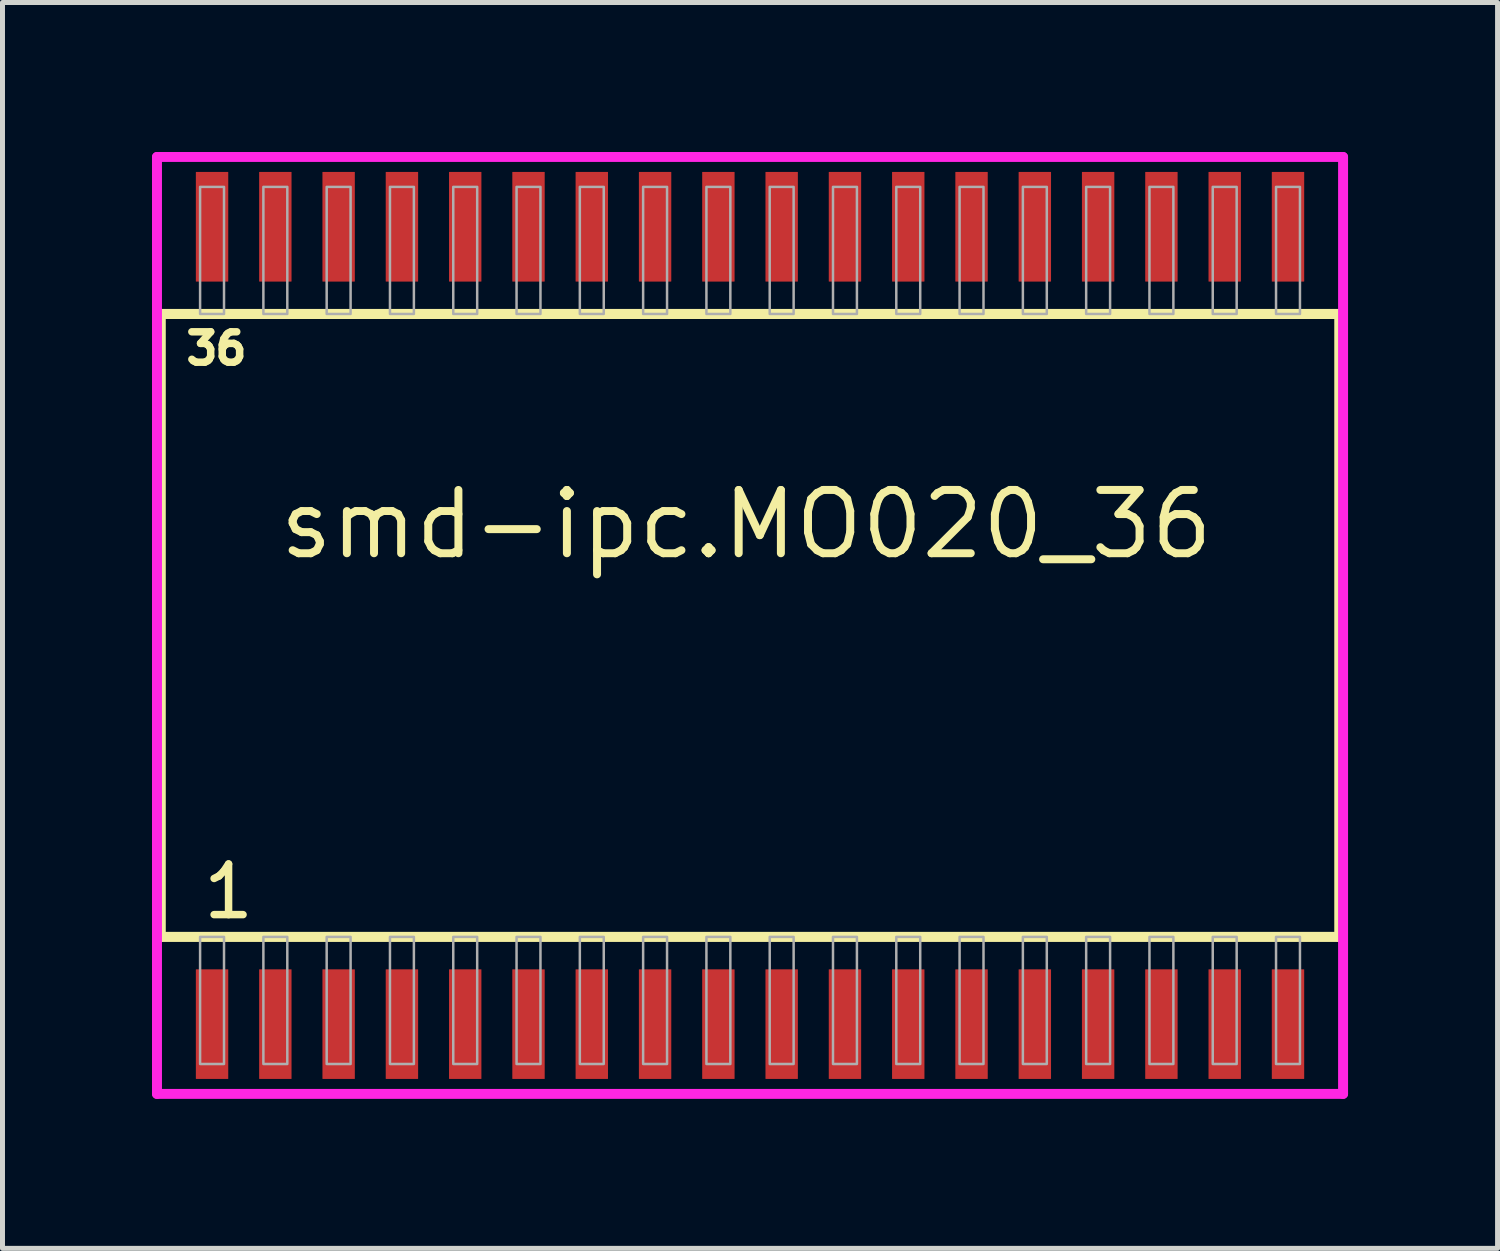
<source format=kicad_pcb>
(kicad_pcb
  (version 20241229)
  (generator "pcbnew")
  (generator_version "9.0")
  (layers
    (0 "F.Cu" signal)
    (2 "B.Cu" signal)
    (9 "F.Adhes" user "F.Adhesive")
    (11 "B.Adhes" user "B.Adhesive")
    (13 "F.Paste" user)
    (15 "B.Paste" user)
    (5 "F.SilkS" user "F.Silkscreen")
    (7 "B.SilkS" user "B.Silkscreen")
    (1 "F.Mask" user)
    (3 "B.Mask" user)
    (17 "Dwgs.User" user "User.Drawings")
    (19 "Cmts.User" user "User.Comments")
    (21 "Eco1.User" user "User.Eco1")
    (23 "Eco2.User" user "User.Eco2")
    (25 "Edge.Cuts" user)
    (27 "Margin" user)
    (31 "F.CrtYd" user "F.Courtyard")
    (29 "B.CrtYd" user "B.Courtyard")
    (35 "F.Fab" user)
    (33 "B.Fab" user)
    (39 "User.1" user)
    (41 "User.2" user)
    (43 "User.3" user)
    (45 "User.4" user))
  (footprint "smd-ipc.MO020_36"
    (layer "F.Cu")
    (at 12 9.5)
    (property "Reference" "smd-ipc.MO020_36" (at -9.525 -1.285 0) (layer "F.SilkS") (effects (font (size 1.27 1.27) (thickness 0.16)) (justify left bottom)))
    (attr smd)
    (fp_line (start -11.825 -6.25) (end 11.825 -6.25) (stroke (width 0.203) (type default)) (layer "F.SilkS"))
    (fp_line (start -11.825 6.25) (end -11.825 -6.25) (stroke (width 0.203) (type default)) (layer "F.SilkS"))
    (fp_line (start 11.825 -6.25) (end 11.825 6.25) (stroke (width 0.203) (type default)) (layer "F.SilkS"))
    (fp_line (start 11.825 6.25) (end -11.825 6.25) (stroke (width 0.203) (type default)) (layer "F.SilkS"))
    (fp_line (start -11.9 -9.4) (end 11.9 -9.4) (stroke (width 0.2) (type default)) (layer "F.CrtYd"))
    (fp_line (start -11.9 9.4) (end -11.9 -9.4) (stroke (width 0.2) (type default)) (layer "F.CrtYd"))
    (fp_line (start 11.9 -9.4) (end 11.9 9.4) (stroke (width 0.2) (type default)) (layer "F.CrtYd"))
    (fp_line (start 11.9 9.4) (end -11.9 9.4) (stroke (width 0.2) (type default)) (layer "F.CrtYd"))
    (fp_rect (start -11.035 -6.25) (end -10.555 -8.8) (stroke (width 0.05) (type default)) (fill no) (layer "F.Fab"))
    (fp_rect (start -11.035 8.8) (end -10.555 6.25) (stroke (width 0.05) (type default)) (fill no) (layer "F.Fab"))
    (fp_rect (start -9.765 -6.25) (end -9.285 -8.8) (stroke (width 0.05) (type default)) (fill no) (layer "F.Fab"))
    (fp_rect (start -9.765 8.8) (end -9.285 6.25) (stroke (width 0.05) (type default)) (fill no) (layer "F.Fab"))
    (fp_rect (start -8.495 -6.25) (end -8.015 -8.8) (stroke (width 0.05) (type default)) (fill no) (layer "F.Fab"))
    (fp_rect (start -8.495 8.8) (end -8.015 6.25) (stroke (width 0.05) (type default)) (fill no) (layer "F.Fab"))
    (fp_rect (start -7.225 -6.25) (end -6.745 -8.8) (stroke (width 0.05) (type default)) (fill no) (layer "F.Fab"))
    (fp_rect (start -7.225 8.8) (end -6.745 6.25) (stroke (width 0.05) (type default)) (fill no) (layer "F.Fab"))
    (fp_rect (start -5.955 -6.25) (end -5.475 -8.8) (stroke (width 0.05) (type default)) (fill no) (layer "F.Fab"))
    (fp_rect (start -5.955 8.8) (end -5.475 6.25) (stroke (width 0.05) (type default)) (fill no) (layer "F.Fab"))
    (fp_rect (start -4.685 -6.25) (end -4.205 -8.8) (stroke (width 0.05) (type default)) (fill no) (layer "F.Fab"))
    (fp_rect (start -4.685 8.8) (end -4.205 6.25) (stroke (width 0.05) (type default)) (fill no) (layer "F.Fab"))
    (fp_rect (start -3.415 -6.25) (end -2.935 -8.8) (stroke (width 0.05) (type default)) (fill no) (layer "F.Fab"))
    (fp_rect (start -3.415 8.8) (end -2.935 6.25) (stroke (width 0.05) (type default)) (fill no) (layer "F.Fab"))
    (fp_rect (start -2.145 -6.25) (end -1.665 -8.8) (stroke (width 0.05) (type default)) (fill no) (layer "F.Fab"))
    (fp_rect (start -2.145 8.8) (end -1.665 6.25) (stroke (width 0.05) (type default)) (fill no) (layer "F.Fab"))
    (fp_rect (start -0.875 -6.25) (end -0.395 -8.8) (stroke (width 0.05) (type default)) (fill no) (layer "F.Fab"))
    (fp_rect (start -0.875 8.8) (end -0.395 6.25) (stroke (width 0.05) (type default)) (fill no) (layer "F.Fab"))
    (fp_rect (start 0.395 -6.25) (end 0.875 -8.8) (stroke (width 0.05) (type default)) (fill no) (layer "F.Fab"))
    (fp_rect (start 0.395 8.8) (end 0.875 6.25) (stroke (width 0.05) (type default)) (fill no) (layer "F.Fab"))
    (fp_rect (start 1.665 -6.25) (end 2.145 -8.8) (stroke (width 0.05) (type default)) (fill no) (layer "F.Fab"))
    (fp_rect (start 1.665 8.8) (end 2.145 6.25) (stroke (width 0.05) (type default)) (fill no) (layer "F.Fab"))
    (fp_rect (start 2.935 -6.25) (end 3.415 -8.8) (stroke (width 0.05) (type default)) (fill no) (layer "F.Fab"))
    (fp_rect (start 2.935 8.8) (end 3.415 6.25) (stroke (width 0.05) (type default)) (fill no) (layer "F.Fab"))
    (fp_rect (start 4.205 -6.25) (end 4.685 -8.8) (stroke (width 0.05) (type default)) (fill no) (layer "F.Fab"))
    (fp_rect (start 4.205 8.8) (end 4.685 6.25) (stroke (width 0.05) (type default)) (fill no) (layer "F.Fab"))
    (fp_rect (start 5.475 -6.25) (end 5.955 -8.8) (stroke (width 0.05) (type default)) (fill no) (layer "F.Fab"))
    (fp_rect (start 5.475 8.8) (end 5.955 6.25) (stroke (width 0.05) (type default)) (fill no) (layer "F.Fab"))
    (fp_rect (start 6.745 -6.25) (end 7.225 -8.8) (stroke (width 0.05) (type default)) (fill no) (layer "F.Fab"))
    (fp_rect (start 6.745 8.8) (end 7.225 6.25) (stroke (width 0.05) (type default)) (fill no) (layer "F.Fab"))
    (fp_rect (start 8.015 -6.25) (end 8.495 -8.8) (stroke (width 0.05) (type default)) (fill no) (layer "F.Fab"))
    (fp_rect (start 8.015 8.8) (end 8.495 6.25) (stroke (width 0.05) (type default)) (fill no) (layer "F.Fab"))
    (fp_rect (start 9.285 -6.25) (end 9.765 -8.8) (stroke (width 0.05) (type default)) (fill no) (layer "F.Fab"))
    (fp_rect (start 9.285 8.8) (end 9.765 6.25) (stroke (width 0.05) (type default)) (fill no) (layer "F.Fab"))
    (fp_rect (start 10.555 -6.25) (end 11.035 -8.8) (stroke (width 0.05) (type default)) (fill no) (layer "F.Fab"))
    (fp_rect (start 10.555 8.8) (end 11.035 6.25) (stroke (width 0.05) (type default)) (fill no) (layer "F.Fab"))
    (fp_text user "36" (at -11.386 -5.2 0) (layer "F.SilkS") (effects (font (size 0.61 0.61) (thickness 0.15)) (justify left bottom)))
    (fp_text user "1" (at -11.046 5.935 0) (layer "F.SilkS") (effects (font (size 1.016 1.016) (thickness 0.15)) (justify left bottom)))
    (pad "1" smd roundrect (at -10.795 8) (size 0.65 2.2) (layers "F.Cu" "F.Mask" "F.Paste") (roundrect_rratio 0.01))
    (pad "2" smd roundrect (at -9.525 8) (size 0.65 2.2) (layers "F.Cu" "F.Mask" "F.Paste") (roundrect_rratio 0.01))
    (pad "3" smd roundrect (at -8.255 8) (size 0.65 2.2) (layers "F.Cu" "F.Mask" "F.Paste") (roundrect_rratio 0.01))
    (pad "4" smd roundrect (at -6.985 8) (size 0.65 2.2) (layers "F.Cu" "F.Mask" "F.Paste") (roundrect_rratio 0.01))
    (pad "5" smd roundrect (at -5.715 8) (size 0.65 2.2) (layers "F.Cu" "F.Mask" "F.Paste") (roundrect_rratio 0.01))
    (pad "6" smd roundrect (at -4.445 8) (size 0.65 2.2) (layers "F.Cu" "F.Mask" "F.Paste") (roundrect_rratio 0.01))
    (pad "7" smd roundrect (at -3.175 8) (size 0.65 2.2) (layers "F.Cu" "F.Mask" "F.Paste") (roundrect_rratio 0.01))
    (pad "8" smd roundrect (at -1.905 8) (size 0.65 2.2) (layers "F.Cu" "F.Mask" "F.Paste") (roundrect_rratio 0.01))
    (pad "9" smd roundrect (at -0.635 8) (size 0.65 2.2) (layers "F.Cu" "F.Mask" "F.Paste") (roundrect_rratio 0.01))
    (pad "10" smd roundrect (at 0.635 8) (size 0.65 2.2) (layers "F.Cu" "F.Mask" "F.Paste") (roundrect_rratio 0.01))
    (pad "11" smd roundrect (at 1.905 8) (size 0.65 2.2) (layers "F.Cu" "F.Mask" "F.Paste") (roundrect_rratio 0.01))
    (pad "12" smd roundrect (at 3.175 8) (size 0.65 2.2) (layers "F.Cu" "F.Mask" "F.Paste") (roundrect_rratio 0.01))
    (pad "13" smd roundrect (at 4.445 8) (size 0.65 2.2) (layers "F.Cu" "F.Mask" "F.Paste") (roundrect_rratio 0.01))
    (pad "14" smd roundrect (at 5.715 8) (size 0.65 2.2) (layers "F.Cu" "F.Mask" "F.Paste") (roundrect_rratio 0.01))
    (pad "15" smd roundrect (at 6.985 8) (size 0.65 2.2) (layers "F.Cu" "F.Mask" "F.Paste") (roundrect_rratio 0.01))
    (pad "16" smd roundrect (at 8.255 8) (size 0.65 2.2) (layers "F.Cu" "F.Mask" "F.Paste") (roundrect_rratio 0.01))
    (pad "17" smd roundrect (at 9.525 8) (size 0.65 2.2) (layers "F.Cu" "F.Mask" "F.Paste") (roundrect_rratio 0.01))
    (pad "18" smd roundrect (at 10.795 8) (size 0.65 2.2) (layers "F.Cu" "F.Mask" "F.Paste") (roundrect_rratio 0.01))
    (pad "19" smd roundrect (at 10.795 -8) (size 0.65 2.2) (layers "F.Cu" "F.Mask" "F.Paste") (roundrect_rratio 0.01))
    (pad "20" smd roundrect (at 9.525 -8) (size 0.65 2.2) (layers "F.Cu" "F.Mask" "F.Paste") (roundrect_rratio 0.01))
    (pad "21" smd roundrect (at 8.255 -8) (size 0.65 2.2) (layers "F.Cu" "F.Mask" "F.Paste") (roundrect_rratio 0.01))
    (pad "22" smd roundrect (at 6.985 -8) (size 0.65 2.2) (layers "F.Cu" "F.Mask" "F.Paste") (roundrect_rratio 0.01))
    (pad "23" smd roundrect (at 5.715 -8) (size 0.65 2.2) (layers "F.Cu" "F.Mask" "F.Paste") (roundrect_rratio 0.01))
    (pad "24" smd roundrect (at 4.445 -8) (size 0.65 2.2) (layers "F.Cu" "F.Mask" "F.Paste") (roundrect_rratio 0.01))
    (pad "25" smd roundrect (at 3.175 -8) (size 0.65 2.2) (layers "F.Cu" "F.Mask" "F.Paste") (roundrect_rratio 0.01))
    (pad "26" smd roundrect (at 1.905 -8) (size 0.65 2.2) (layers "F.Cu" "F.Mask" "F.Paste") (roundrect_rratio 0.01))
    (pad "27" smd roundrect (at 0.635 -8) (size 0.65 2.2) (layers "F.Cu" "F.Mask" "F.Paste") (roundrect_rratio 0.01))
    (pad "28" smd roundrect (at -0.635 -8) (size 0.65 2.2) (layers "F.Cu" "F.Mask" "F.Paste") (roundrect_rratio 0.01))
    (pad "29" smd roundrect (at -1.905 -8) (size 0.65 2.2) (layers "F.Cu" "F.Mask" "F.Paste") (roundrect_rratio 0.01))
    (pad "30" smd roundrect (at -3.175 -8) (size 0.65 2.2) (layers "F.Cu" "F.Mask" "F.Paste") (roundrect_rratio 0.01))
    (pad "31" smd roundrect (at -4.445 -8) (size 0.65 2.2) (layers "F.Cu" "F.Mask" "F.Paste") (roundrect_rratio 0.01))
    (pad "32" smd roundrect (at -5.715 -8) (size 0.65 2.2) (layers "F.Cu" "F.Mask" "F.Paste") (roundrect_rratio 0.01))
    (pad "33" smd roundrect (at -6.985 -8) (size 0.65 2.2) (layers "F.Cu" "F.Mask" "F.Paste") (roundrect_rratio 0.01))
    (pad "34" smd roundrect (at -8.255 -8) (size 0.65 2.2) (layers "F.Cu" "F.Mask" "F.Paste") (roundrect_rratio 0.01))
    (pad "35" smd roundrect (at -9.525 -8) (size 0.65 2.2) (layers "F.Cu" "F.Mask" "F.Paste") (roundrect_rratio 0.01))
    (pad "36" smd roundrect (at -10.795 -8) (size 0.65 2.2) (layers "F.Cu" "F.Mask" "F.Paste") (roundrect_rratio 0.01)))
  (gr_rect
    (start -3 -3)
    (end 27 22)
    (stroke (width 0.1) (type default))
    (fill no)
    (layer "Edge.Cuts")))
</source>
